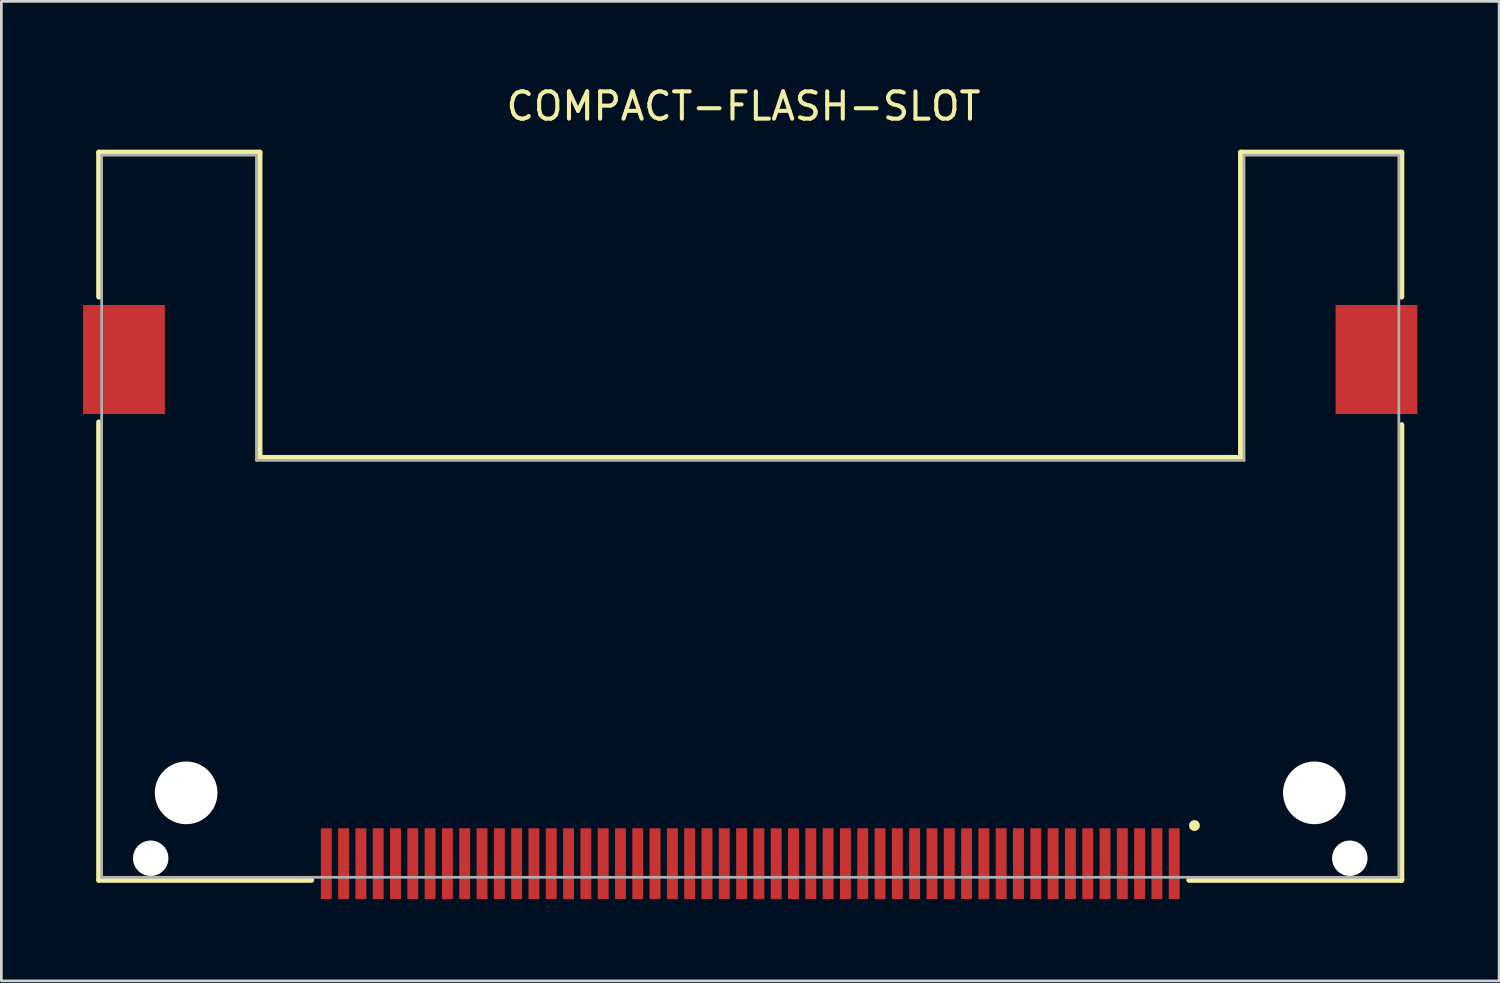
<source format=kicad_pcb>
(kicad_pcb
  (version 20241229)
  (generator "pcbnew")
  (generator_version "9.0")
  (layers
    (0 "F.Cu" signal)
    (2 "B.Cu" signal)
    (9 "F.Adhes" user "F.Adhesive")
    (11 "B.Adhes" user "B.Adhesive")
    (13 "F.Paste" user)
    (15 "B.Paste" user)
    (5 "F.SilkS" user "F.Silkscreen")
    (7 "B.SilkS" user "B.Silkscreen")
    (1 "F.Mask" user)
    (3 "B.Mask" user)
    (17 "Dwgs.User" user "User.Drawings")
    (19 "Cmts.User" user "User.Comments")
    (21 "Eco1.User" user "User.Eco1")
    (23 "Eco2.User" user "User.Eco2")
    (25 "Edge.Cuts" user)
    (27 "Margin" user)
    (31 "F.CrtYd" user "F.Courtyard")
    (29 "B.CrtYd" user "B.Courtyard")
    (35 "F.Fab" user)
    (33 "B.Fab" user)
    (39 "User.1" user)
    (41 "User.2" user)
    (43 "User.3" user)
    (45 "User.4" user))
  (footprint "COMPACT-FLASH-SLOT"
    (layer "F.Cu")
    (at 24.48 15.893)
    (property "Reference" "COMPACT-FLASH-SLOT" (at -0.247 -15.045 0) (layer "F.SilkS") (effects (font (size 1 1) (thickness 0.15))))
    (attr smd)
    (fp_line (start -23.9 -13.35) (end -18 -13.35) (stroke (width 0.2) (type solid)) (layer "F.SilkS"))
    (fp_line (start -23.9 -8.05) (end -23.9 -13.35) (stroke (width 0.2) (type solid)) (layer "F.SilkS"))
    (fp_line (start -23.9 -3.45) (end -23.9 13.35) (stroke (width 0.2) (type solid)) (layer "F.SilkS"))
    (fp_line (start -23.9 13.35) (end -16.1 13.35) (stroke (width 0.2) (type solid)) (layer "F.SilkS"))
    (fp_line (start -18 -13.35) (end -18 -2.15) (stroke (width 0.2) (type solid)) (layer "F.SilkS"))
    (fp_line (start -18 -2.15) (end 18 -2.15) (stroke (width 0.2) (type solid)) (layer "F.SilkS"))
    (fp_line (start 16.1 13.35) (end 23.9 13.35) (stroke (width 0.2) (type solid)) (layer "F.SilkS"))
    (fp_line (start 18 -13.35) (end 23.9 -13.35) (stroke (width 0.2) (type solid)) (layer "F.SilkS"))
    (fp_line (start 18 -2.15) (end 18 -13.35) (stroke (width 0.2) (type solid)) (layer "F.SilkS"))
    (fp_line (start 23.9 -13.35) (end 23.9 -8.05) (stroke (width 0.2) (type solid)) (layer "F.SilkS"))
    (fp_line (start 23.9 13.35) (end 23.9 -3.35) (stroke (width 0.2) (type solid)) (layer "F.SilkS"))
    (fp_circle (center 16.3 11.35) (end 16.4 11.35) (stroke (width 0.2) (type solid)) (fill no) (layer "F.SilkS"))
    (fp_line (start -23.8 -13.25) (end -18.12 -13.25) (stroke (width 0.1) (type solid)) (layer "F.Fab"))
    (fp_line (start -23.8 13.25) (end -23.8 -13.25) (stroke (width 0.1) (type solid)) (layer "F.Fab"))
    (fp_line (start -18.12 -13.25) (end -18.12 -2.05) (stroke (width 0.1) (type solid)) (layer "F.Fab"))
    (fp_line (start -18.12 -2.05) (end 18.12 -2.05) (stroke (width 0.1) (type solid)) (layer "F.Fab"))
    (fp_line (start 18.12 -13.25) (end 23.8 -13.25) (stroke (width 0.1) (type solid)) (layer "F.Fab"))
    (fp_line (start 18.12 -2.05) (end 18.12 -13.25) (stroke (width 0.1) (type solid)) (layer "F.Fab"))
    (fp_line (start 23.8 -13.25) (end 23.8 13.25) (stroke (width 0.1) (type solid)) (layer "F.Fab"))
    (fp_line (start 23.8 13.25) (end -23.8 13.25) (stroke (width 0.1) (type solid)) (layer "F.Fab"))
    (pad "" np_thru_hole circle (at -22 12.55) (size 1.3 1.3) (drill 1.3) (layers "*.Cu" "*.Mask"))
    (pad "" np_thru_hole circle (at -20.7 10.15) (size 2.3 2.3) (drill 2.3) (layers "*.Cu" "*.Mask"))
    (pad "" np_thru_hole circle (at 20.7 10.15) (size 2.3 2.3) (drill 2.3) (layers "*.Cu" "*.Mask"))
    (pad "" np_thru_hole circle (at 22 12.55) (size 1.3 1.3) (drill 1.3) (layers "*.Cu" "*.Mask"))
    (pad "1" smd rect (at 15.557 12.75 90) (size 2.6 0.4) (layers "F.Cu" "F.Mask" "F.Paste"))
    (pad "2" smd rect (at 14.287 12.75 90) (size 2.6 0.4) (layers "F.Cu" "F.Mask" "F.Paste"))
    (pad "3" smd rect (at 13.018 12.75 90) (size 2.6 0.4) (layers "F.Cu" "F.Mask" "F.Paste"))
    (pad "4" smd rect (at 11.748 12.75) (size 0.4 2.6) (layers "F.Cu" "F.Mask" "F.Paste"))
    (pad "5" smd rect (at 10.477 12.75) (size 0.4 2.6) (layers "F.Cu" "F.Mask" "F.Paste"))
    (pad "6" smd rect (at 9.207 12.75) (size 0.4 2.6) (layers "F.Cu" "F.Mask" "F.Paste"))
    (pad "7" smd rect (at 7.938 12.75) (size 0.4 2.6) (layers "F.Cu" "F.Mask" "F.Paste"))
    (pad "8" smd rect (at 6.668 12.75) (size 0.4 2.6) (layers "F.Cu" "F.Mask" "F.Paste"))
    (pad "9" smd rect (at 5.397 12.75) (size 0.4 2.6) (layers "F.Cu" "F.Mask" "F.Paste"))
    (pad "10" smd rect (at 4.128 12.75) (size 0.4 2.6) (layers "F.Cu" "F.Mask" "F.Paste"))
    (pad "11" smd rect (at 2.857 12.75) (size 0.4 2.6) (layers "F.Cu" "F.Mask" "F.Paste"))
    (pad "12" smd rect (at 1.587 12.75) (size 0.4 2.6) (layers "F.Cu" "F.Mask" "F.Paste"))
    (pad "13" smd rect (at 0.318 12.75) (size 0.4 2.6) (layers "F.Cu" "F.Mask" "F.Paste"))
    (pad "14" smd rect (at -0.953 12.75) (size 0.4 2.6) (layers "F.Cu" "F.Mask" "F.Paste"))
    (pad "15" smd rect (at -2.223 12.75) (size 0.4 2.6) (layers "F.Cu" "F.Mask" "F.Paste"))
    (pad "16" smd rect (at -3.493 12.75) (size 0.4 2.6) (layers "F.Cu" "F.Mask" "F.Paste"))
    (pad "17" smd rect (at -4.763 12.75) (size 0.4 2.6) (layers "F.Cu" "F.Mask" "F.Paste"))
    (pad "18" smd rect (at -6.032 12.75) (size 0.4 2.6) (layers "F.Cu" "F.Mask" "F.Paste"))
    (pad "19" smd rect (at -7.303 12.75) (size 0.4 2.6) (layers "F.Cu" "F.Mask" "F.Paste"))
    (pad "20" smd rect (at -8.572 12.75) (size 0.4 2.6) (layers "F.Cu" "F.Mask" "F.Paste"))
    (pad "21" smd rect (at -9.842 12.75) (size 0.4 2.6) (layers "F.Cu" "F.Mask" "F.Paste"))
    (pad "22" smd rect (at -11.113 12.75) (size 0.4 2.6) (layers "F.Cu" "F.Mask" "F.Paste"))
    (pad "23" smd rect (at -12.383 12.75) (size 0.4 2.6) (layers "F.Cu" "F.Mask" "F.Paste"))
    (pad "24" smd rect (at -13.652 12.75) (size 0.4 2.6) (layers "F.Cu" "F.Mask" "F.Paste"))
    (pad "25" smd rect (at -14.922 12.75) (size 0.4 2.6) (layers "F.Cu" "F.Mask" "F.Paste"))
    (pad "26" smd rect (at 14.922 12.75) (size 0.4 2.6) (layers "F.Cu" "F.Mask" "F.Paste"))
    (pad "27" smd rect (at 13.652 12.75) (size 0.4 2.6) (layers "F.Cu" "F.Mask" "F.Paste"))
    (pad "28" smd rect (at 12.383 12.75) (size 0.4 2.6) (layers "F.Cu" "F.Mask" "F.Paste"))
    (pad "29" smd rect (at 11.113 12.75) (size 0.4 2.6) (layers "F.Cu" "F.Mask" "F.Paste"))
    (pad "30" smd rect (at 9.842 12.75) (size 0.4 2.6) (layers "F.Cu" "F.Mask" "F.Paste"))
    (pad "31" smd rect (at 8.572 12.75) (size 0.4 2.6) (layers "F.Cu" "F.Mask" "F.Paste"))
    (pad "32" smd rect (at 7.303 12.75) (size 0.4 2.6) (layers "F.Cu" "F.Mask" "F.Paste"))
    (pad "33" smd rect (at 6.032 12.75) (size 0.4 2.6) (layers "F.Cu" "F.Mask" "F.Paste"))
    (pad "34" smd rect (at 4.763 12.75) (size 0.4 2.6) (layers "F.Cu" "F.Mask" "F.Paste"))
    (pad "35" smd rect (at 3.493 12.75) (size 0.4 2.6) (layers "F.Cu" "F.Mask" "F.Paste"))
    (pad "36" smd rect (at 2.223 12.75) (size 0.4 2.6) (layers "F.Cu" "F.Mask" "F.Paste"))
    (pad "37" smd rect (at 0.953 12.75) (size 0.4 2.6) (layers "F.Cu" "F.Mask" "F.Paste"))
    (pad "38" smd rect (at -0.318 12.75) (size 0.4 2.6) (layers "F.Cu" "F.Mask" "F.Paste"))
    (pad "39" smd rect (at -1.587 12.75) (size 0.4 2.6) (layers "F.Cu" "F.Mask" "F.Paste"))
    (pad "40" smd rect (at -2.857 12.75) (size 0.4 2.6) (layers "F.Cu" "F.Mask" "F.Paste"))
    (pad "41" smd rect (at -4.128 12.75) (size 0.4 2.6) (layers "F.Cu" "F.Mask" "F.Paste"))
    (pad "42" smd rect (at -5.397 12.75) (size 0.4 2.6) (layers "F.Cu" "F.Mask" "F.Paste"))
    (pad "43" smd rect (at -6.668 12.75) (size 0.4 2.6) (layers "F.Cu" "F.Mask" "F.Paste"))
    (pad "44" smd rect (at -7.938 12.75) (size 0.4 2.6) (layers "F.Cu" "F.Mask" "F.Paste"))
    (pad "45" smd rect (at -9.207 12.75) (size 0.4 2.6) (layers "F.Cu" "F.Mask" "F.Paste"))
    (pad "46" smd rect (at -10.477 12.75) (size 0.4 2.6) (layers "F.Cu" "F.Mask" "F.Paste"))
    (pad "47" smd rect (at -11.748 12.75) (size 0.4 2.6) (layers "F.Cu" "F.Mask" "F.Paste"))
    (pad "48" smd rect (at -13.018 12.75) (size 0.4 2.6) (layers "F.Cu" "F.Mask" "F.Paste"))
    (pad "49" smd rect (at -14.287 12.75) (size 0.4 2.6) (layers "F.Cu" "F.Mask" "F.Paste"))
    (pad "50" smd rect (at -15.557 12.75) (size 0.4 2.6) (layers "F.Cu" "F.Mask" "F.Paste"))
    (pad "Z1" smd rect (at -22.98 -5.75) (size 3 4) (layers "F.Cu" "F.Mask" "F.Paste"))
    (pad "Z2" smd rect (at 22.98 -5.75) (size 3 4) (layers "F.Cu" "F.Mask" "F.Paste")))
  (gr_rect
    (start -3 -3)
    (end 51.96 32.943)
    (stroke (width 0.1) (type default))
    (fill no)
    (layer "Edge.Cuts")))
</source>
